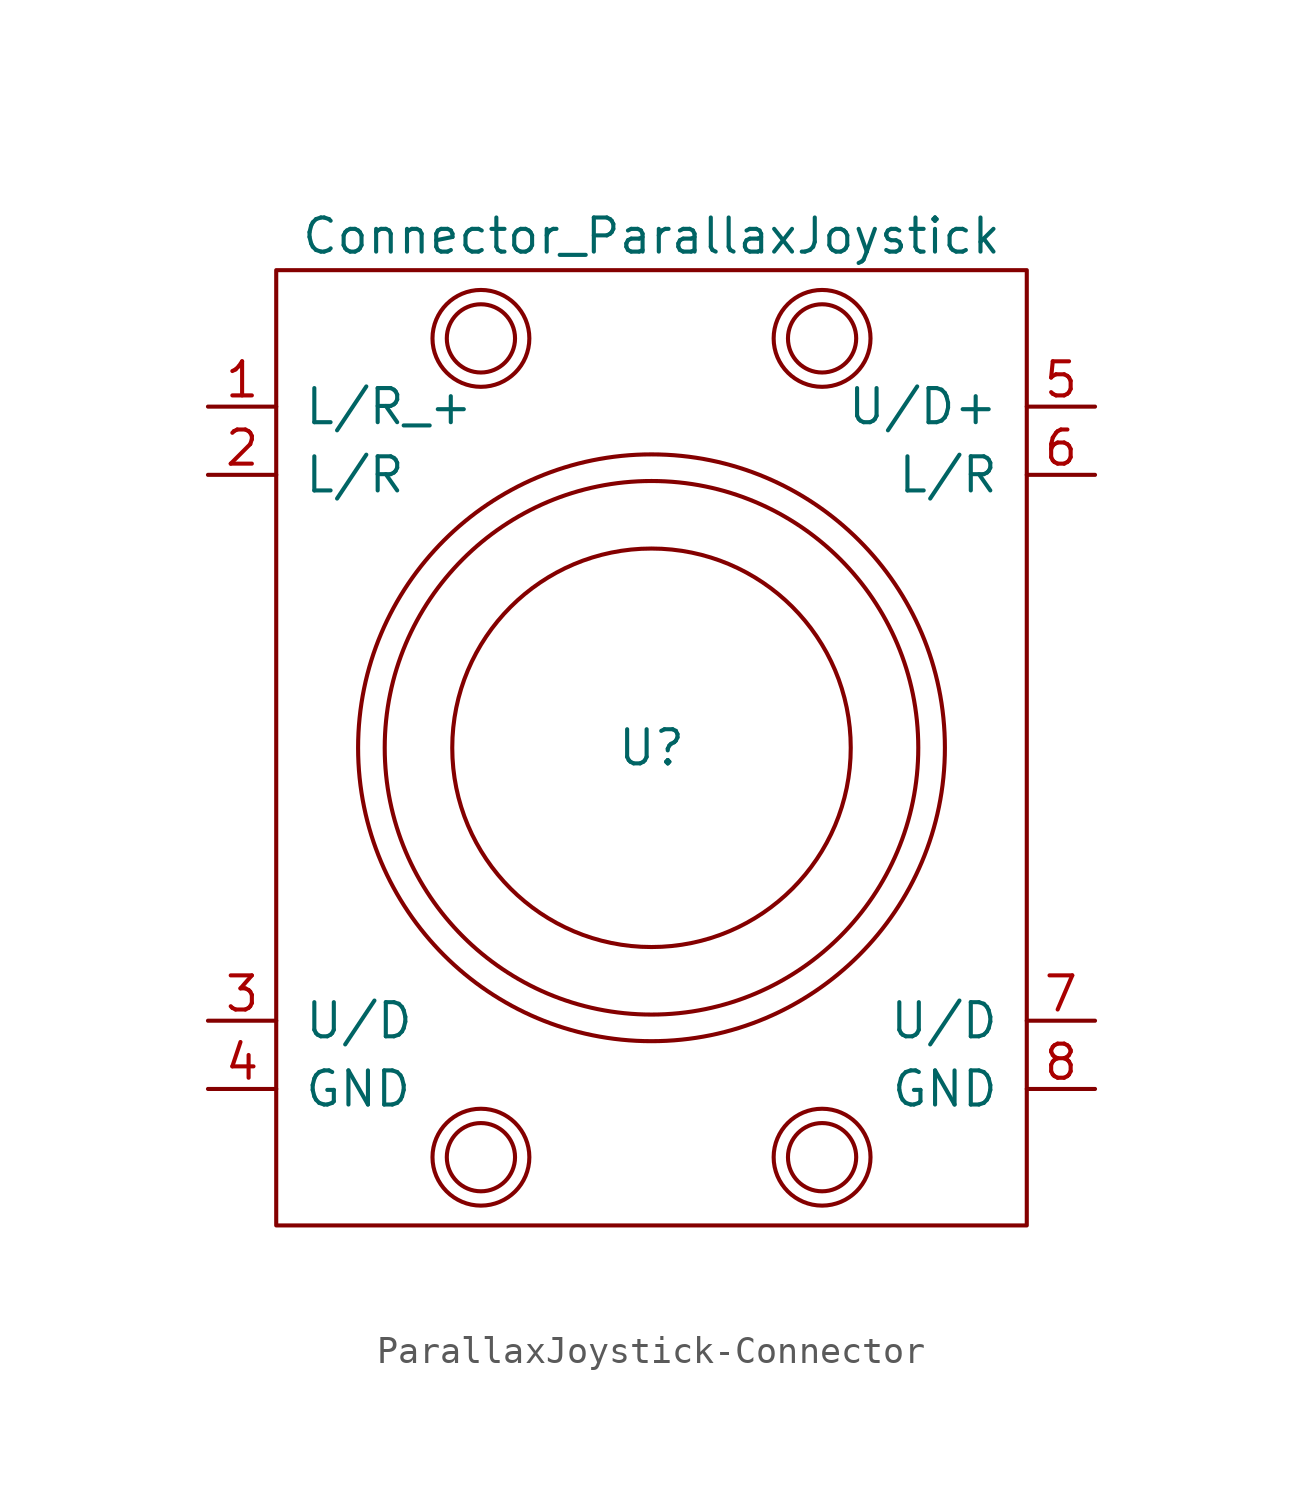
<source format=kicad_sym>
(kicad_symbol_lib
  (version 20220914)
  (generator kicad_symbol_editor)
  (symbol "ParallaxJoystick-Connector"
    (pin_names
      (offset 1.016))
    (property "Reference" "U"
      (at 0 0 0)
      (effects (font (size 1.27 1.27))))
    (property "Value" "Connector_ParallaxJoystick"
      (at 0 19.05 0)
      (effects (font (size 1.27 1.27))))
    (symbol "ParallaxJoystick-Connector_0_1"
      (rectangle (start -13.97 17.78) (end 13.97 -17.78) (stroke (width 0) (type solid)) (fill (type none)))
      (circle (center -6.35 -15.24) (radius 1.27) (stroke (width 0) (type solid)) (fill (type none)))
      (circle (center -6.35 -15.24) (radius 1.803) (stroke (width 0) (type solid)) (fill (type none)))
      (circle (center -6.35 15.24) (radius 1.27) (stroke (width 0) (type solid)) (fill (type none)))
      (circle (center -6.35 15.24) (radius 1.803) (stroke (width 0) (type solid)) (fill (type none)))
      (circle (center 0 0) (radius 7.417) (stroke (width 0) (type solid)) (fill (type none)))
      (circle (center 0 0) (radius 9.931) (stroke (width 0) (type solid)) (fill (type none)))
      (circle (center 0 0) (radius 10.922) (stroke (width 0) (type solid)) (fill (type none)))
      (circle (center 6.35 -15.24) (radius 1.27) (stroke (width 0) (type solid)) (fill (type none)))
      (circle (center 6.35 -15.24) (radius 1.803) (stroke (width 0) (type solid)) (fill (type none)))
      (circle (center 6.35 15.24) (radius 1.27) (stroke (width 0) (type solid)) (fill (type none)))
      (circle (center 6.35 15.24) (radius 1.803) (stroke (width 0) (type solid)) (fill (type none))))
    (symbol "ParallaxJoystick-Connector_1_1"
      (pin output line (at -16.51 12.7 0) (length 2.54) (name "L/R_+" (effects (font (size 1.27 1.27)))) (number "1" (effects (font (size 1.27 1.27)))))
      (pin output line (at -16.51 10.16 0) (length 2.54) (name "L/R" (effects (font (size 1.27 1.27)))) (number "2" (effects (font (size 1.27 1.27)))))
      (pin output line (at -16.51 -10.16 0) (length 2.54) (name "U/D" (effects (font (size 1.27 1.27)))) (number "3" (effects (font (size 1.27 1.27)))))
      (pin output line (at -16.51 -12.7 0) (length 2.54) (name "GND" (effects (font (size 1.27 1.27)))) (number "4" (effects (font (size 1.27 1.27)))))
      (pin output line (at 16.51 12.7 180) (length 2.54) (name "U/D+" (effects (font (size 1.27 1.27)))) (number "5" (effects (font (size 1.27 1.27)))))
      (pin output line (at 16.51 10.16 180) (length 2.54) (name "L/R" (effects (font (size 1.27 1.27)))) (number "6" (effects (font (size 1.27 1.27)))))
      (pin output line (at 16.51 -10.16 180) (length 2.54) (name "U/D" (effects (font (size 1.27 1.27)))) (number "7" (effects (font (size 1.27 1.27)))))
      (pin output line (at 16.51 -12.7 180) (length 2.54) (name "GND" (effects (font (size 1.27 1.27)))) (number "8" (effects (font (size 1.27 1.27))))))))
</source>
